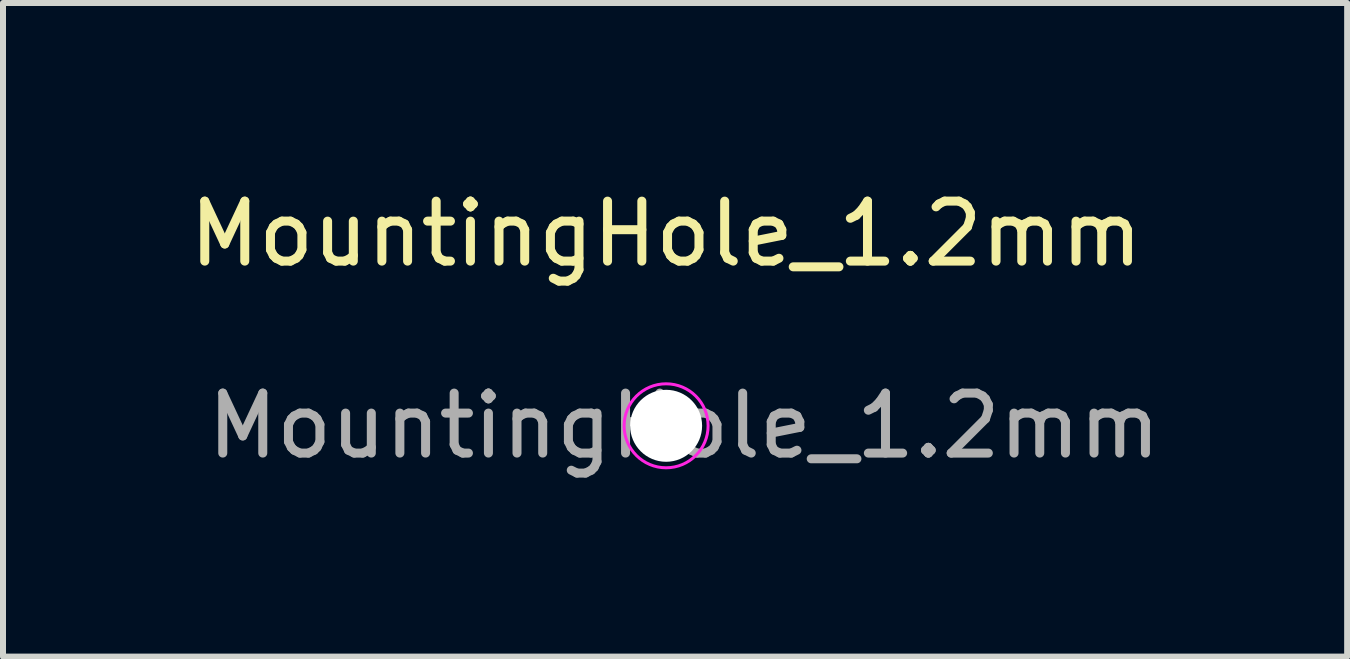
<source format=kicad_pcb>
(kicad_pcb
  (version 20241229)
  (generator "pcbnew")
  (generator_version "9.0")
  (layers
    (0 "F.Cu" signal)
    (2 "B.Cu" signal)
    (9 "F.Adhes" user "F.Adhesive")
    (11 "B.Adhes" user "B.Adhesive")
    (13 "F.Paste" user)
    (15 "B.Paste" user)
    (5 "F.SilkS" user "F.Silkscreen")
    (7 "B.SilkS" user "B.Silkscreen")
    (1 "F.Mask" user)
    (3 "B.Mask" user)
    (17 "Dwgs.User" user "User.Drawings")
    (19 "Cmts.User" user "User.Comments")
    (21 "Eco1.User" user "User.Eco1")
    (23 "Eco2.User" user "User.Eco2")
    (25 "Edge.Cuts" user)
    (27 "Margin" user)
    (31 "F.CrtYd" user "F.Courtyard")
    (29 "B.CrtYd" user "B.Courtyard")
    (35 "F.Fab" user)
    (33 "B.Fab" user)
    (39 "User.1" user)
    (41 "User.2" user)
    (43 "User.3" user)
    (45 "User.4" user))
  (footprint "MountingHole_1.2mm"
    (layer "F.Cu")
    (at 8.054 4.048)
    (property "Reference" "MountingHole_1.2mm" (at 0 -3.2 0) (layer "F.SilkS") (effects (font (size 1 1) (thickness 0.15))))
    (attr exclude_from_pos_files exclude_from_bom)
    (fp_circle (center 0 0) (end 0.7 0) (stroke (width 0.05) (type solid)) (fill no) (layer "F.CrtYd"))
    (fp_text user "${REFERENCE}" (at 0.3 0 0) (layer "F.Fab") (effects (font (size 1 1) (thickness 0.15))))
    (pad "" np_thru_hole circle (at 0 0) (size 1.2 1.2) (drill 1.2) (layers "*.Cu" "*.Mask")))
  (gr_rect
    (start -3 -3)
    (end 19.407 7.896)
    (stroke (width 0.1) (type default))
    (fill no)
    (layer "Edge.Cuts")))
</source>
